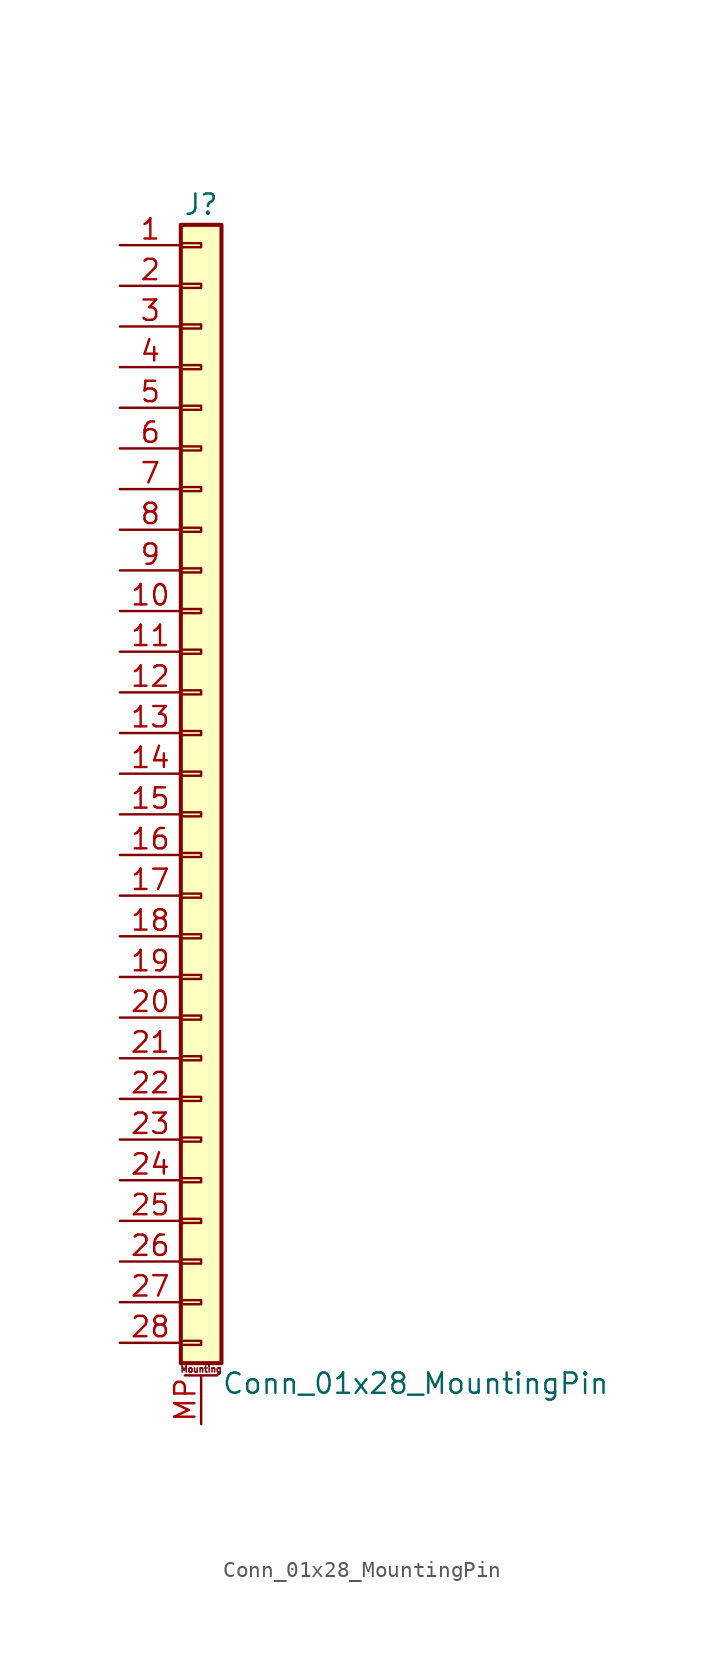
<source format=kicad_sym>
(kicad_symbol_lib
  (version 20201005)
  (generator kicad_symbol_editor)
  (symbol "Connector_Generic_MountingPin:Conn_01x28_MountingPin"
    (pin_names
      (offset 1.016) hide)
    (property "Reference" "J"
      (at 0 35.56 0)
      (effects (font (size 1.27 1.27))))
    (property "Value" "Conn_01x28_MountingPin"
      (at 1.27 -38.1 0)
      (effects (font (size 1.27 1.27)) (justify left)))
    (symbol "Conn_01x28_MountingPin_1_1"
      (text "Mounting" (at 0 -37.211 0) (effects (font (size 0.381 0.381))))
      (rectangle (start -1.27 -27.813) (end 0 -28.067) (stroke (width 0.152)) (fill (type none)))
      (rectangle (start -1.27 -30.353) (end 0 -30.607) (stroke (width 0.152)) (fill (type none)))
      (rectangle (start -1.27 -32.893) (end 0 -33.147) (stroke (width 0.152)) (fill (type none)))
      (rectangle (start -1.27 -35.433) (end 0 -35.687) (stroke (width 0.152)) (fill (type none)))
      (rectangle (start -1.27 -4.953) (end 0 -5.207) (stroke (width 0.152)) (fill (type none)))
      (rectangle (start -1.27 -7.493) (end 0 -7.747) (stroke (width 0.152)) (fill (type none)))
      (rectangle (start -1.27 -10.033) (end 0 -10.287) (stroke (width 0.152)) (fill (type none)))
      (rectangle (start -1.27 -12.573) (end 0 -12.827) (stroke (width 0.152)) (fill (type none)))
      (rectangle (start -1.27 -15.113) (end 0 -15.367) (stroke (width 0.152)) (fill (type none)))
      (rectangle (start -1.27 -17.653) (end 0 -17.907) (stroke (width 0.152)) (fill (type none)))
      (rectangle (start -1.27 -20.193) (end 0 -20.447) (stroke (width 0.152)) (fill (type none)))
      (rectangle (start -1.27 -22.733) (end 0 -22.987) (stroke (width 0.152)) (fill (type none)))
      (rectangle (start -1.27 -2.413) (end 0 -2.667) (stroke (width 0.152)) (fill (type none)))
      (rectangle (start -1.27 -25.273) (end 0 -25.527) (stroke (width 0.152)) (fill (type none)))
      (rectangle (start -1.27 25.527) (end 0 25.273) (stroke (width 0.152)) (fill (type none)))
      (rectangle (start -1.27 2.667) (end 0 2.413) (stroke (width 0.152)) (fill (type none)))
      (rectangle (start -1.27 28.067) (end 0 27.813) (stroke (width 0.152)) (fill (type none)))
      (rectangle (start -1.27 30.607) (end 0 30.353) (stroke (width 0.152)) (fill (type none)))
      (rectangle (start -1.27 33.147) (end 0 32.893) (stroke (width 0.152)) (fill (type none)))
      (rectangle (start -1.27 34.29) (end 1.27 -36.83) (stroke (width 0.254)) (fill (type background)))
      (rectangle (start -1.27 5.207) (end 0 4.953) (stroke (width 0.152)) (fill (type none)))
      (rectangle (start -1.27 7.747) (end 0 7.493) (stroke (width 0.152)) (fill (type none)))
      (rectangle (start -1.27 10.287) (end 0 10.033) (stroke (width 0.152)) (fill (type none)))
      (rectangle (start -1.27 0.127) (end 0 -0.127) (stroke (width 0.152)) (fill (type none)))
      (rectangle (start -1.27 12.827) (end 0 12.573) (stroke (width 0.152)) (fill (type none)))
      (rectangle (start -1.27 15.367) (end 0 15.113) (stroke (width 0.152)) (fill (type none)))
      (rectangle (start -1.27 17.907) (end 0 17.653) (stroke (width 0.152)) (fill (type none)))
      (rectangle (start -1.27 20.447) (end 0 20.193) (stroke (width 0.152)) (fill (type none)))
      (rectangle (start -1.27 22.987) (end 0 22.733) (stroke (width 0.152)) (fill (type none)))
      (polyline (pts (xy -1.016 -37.592) (xy 1.016 -37.592)) (stroke (width 0.152)) (fill (type none)))
      (pin passive line (at 0 -40.64 90) (length 3.048) (name "MountPin" (effects (font (size 1.27 1.27)))) (number "MP" (effects (font (size 1.27 1.27)))))
      (pin passive line (at -5.08 33.02 0) (length 3.81) (name "Pin_1" (effects (font (size 1.27 1.27)))) (number "1" (effects (font (size 1.27 1.27)))))
      (pin passive line (at -5.08 10.16 0) (length 3.81) (name "Pin_10" (effects (font (size 1.27 1.27)))) (number "10" (effects (font (size 1.27 1.27)))))
      (pin passive line (at -5.08 7.62 0) (length 3.81) (name "Pin_11" (effects (font (size 1.27 1.27)))) (number "11" (effects (font (size 1.27 1.27)))))
      (pin passive line (at -5.08 5.08 0) (length 3.81) (name "Pin_12" (effects (font (size 1.27 1.27)))) (number "12" (effects (font (size 1.27 1.27)))))
      (pin passive line (at -5.08 2.54 0) (length 3.81) (name "Pin_13" (effects (font (size 1.27 1.27)))) (number "13" (effects (font (size 1.27 1.27)))))
      (pin passive line (at -5.08 0 0) (length 3.81) (name "Pin_14" (effects (font (size 1.27 1.27)))) (number "14" (effects (font (size 1.27 1.27)))))
      (pin passive line (at -5.08 -2.54 0) (length 3.81) (name "Pin_15" (effects (font (size 1.27 1.27)))) (number "15" (effects (font (size 1.27 1.27)))))
      (pin passive line (at -5.08 -5.08 0) (length 3.81) (name "Pin_16" (effects (font (size 1.27 1.27)))) (number "16" (effects (font (size 1.27 1.27)))))
      (pin passive line (at -5.08 -7.62 0) (length 3.81) (name "Pin_17" (effects (font (size 1.27 1.27)))) (number "17" (effects (font (size 1.27 1.27)))))
      (pin passive line (at -5.08 -10.16 0) (length 3.81) (name "Pin_18" (effects (font (size 1.27 1.27)))) (number "18" (effects (font (size 1.27 1.27)))))
      (pin passive line (at -5.08 -12.7 0) (length 3.81) (name "Pin_19" (effects (font (size 1.27 1.27)))) (number "19" (effects (font (size 1.27 1.27)))))
      (pin passive line (at -5.08 30.48 0) (length 3.81) (name "Pin_2" (effects (font (size 1.27 1.27)))) (number "2" (effects (font (size 1.27 1.27)))))
      (pin passive line (at -5.08 -15.24 0) (length 3.81) (name "Pin_20" (effects (font (size 1.27 1.27)))) (number "20" (effects (font (size 1.27 1.27)))))
      (pin passive line (at -5.08 -17.78 0) (length 3.81) (name "Pin_21" (effects (font (size 1.27 1.27)))) (number "21" (effects (font (size 1.27 1.27)))))
      (pin passive line (at -5.08 -20.32 0) (length 3.81) (name "Pin_22" (effects (font (size 1.27 1.27)))) (number "22" (effects (font (size 1.27 1.27)))))
      (pin passive line (at -5.08 -22.86 0) (length 3.81) (name "Pin_23" (effects (font (size 1.27 1.27)))) (number "23" (effects (font (size 1.27 1.27)))))
      (pin passive line (at -5.08 -25.4 0) (length 3.81) (name "Pin_24" (effects (font (size 1.27 1.27)))) (number "24" (effects (font (size 1.27 1.27)))))
      (pin passive line (at -5.08 -27.94 0) (length 3.81) (name "Pin_25" (effects (font (size 1.27 1.27)))) (number "25" (effects (font (size 1.27 1.27)))))
      (pin passive line (at -5.08 -30.48 0) (length 3.81) (name "Pin_26" (effects (font (size 1.27 1.27)))) (number "26" (effects (font (size 1.27 1.27)))))
      (pin passive line (at -5.08 -33.02 0) (length 3.81) (name "Pin_27" (effects (font (size 1.27 1.27)))) (number "27" (effects (font (size 1.27 1.27)))))
      (pin passive line (at -5.08 -35.56 0) (length 3.81) (name "Pin_28" (effects (font (size 1.27 1.27)))) (number "28" (effects (font (size 1.27 1.27)))))
      (pin passive line (at -5.08 27.94 0) (length 3.81) (name "Pin_3" (effects (font (size 1.27 1.27)))) (number "3" (effects (font (size 1.27 1.27)))))
      (pin passive line (at -5.08 25.4 0) (length 3.81) (name "Pin_4" (effects (font (size 1.27 1.27)))) (number "4" (effects (font (size 1.27 1.27)))))
      (pin passive line (at -5.08 22.86 0) (length 3.81) (name "Pin_5" (effects (font (size 1.27 1.27)))) (number "5" (effects (font (size 1.27 1.27)))))
      (pin passive line (at -5.08 20.32 0) (length 3.81) (name "Pin_6" (effects (font (size 1.27 1.27)))) (number "6" (effects (font (size 1.27 1.27)))))
      (pin passive line (at -5.08 17.78 0) (length 3.81) (name "Pin_7" (effects (font (size 1.27 1.27)))) (number "7" (effects (font (size 1.27 1.27)))))
      (pin passive line (at -5.08 15.24 0) (length 3.81) (name "Pin_8" (effects (font (size 1.27 1.27)))) (number "8" (effects (font (size 1.27 1.27)))))
      (pin passive line (at -5.08 12.7 0) (length 3.81) (name "Pin_9" (effects (font (size 1.27 1.27)))) (number "9" (effects (font (size 1.27 1.27))))))))
</source>
